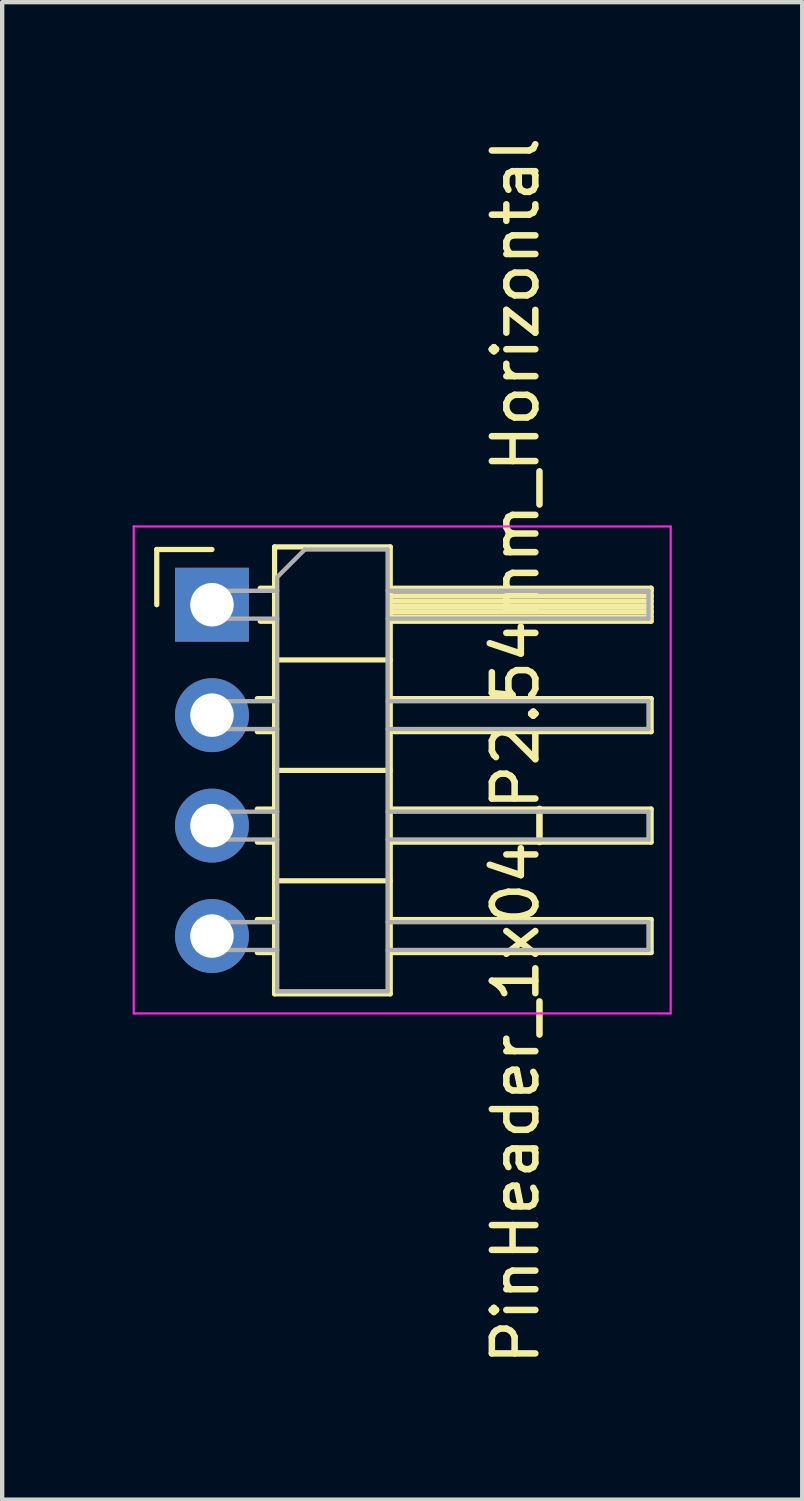
<source format=kicad_pcb>
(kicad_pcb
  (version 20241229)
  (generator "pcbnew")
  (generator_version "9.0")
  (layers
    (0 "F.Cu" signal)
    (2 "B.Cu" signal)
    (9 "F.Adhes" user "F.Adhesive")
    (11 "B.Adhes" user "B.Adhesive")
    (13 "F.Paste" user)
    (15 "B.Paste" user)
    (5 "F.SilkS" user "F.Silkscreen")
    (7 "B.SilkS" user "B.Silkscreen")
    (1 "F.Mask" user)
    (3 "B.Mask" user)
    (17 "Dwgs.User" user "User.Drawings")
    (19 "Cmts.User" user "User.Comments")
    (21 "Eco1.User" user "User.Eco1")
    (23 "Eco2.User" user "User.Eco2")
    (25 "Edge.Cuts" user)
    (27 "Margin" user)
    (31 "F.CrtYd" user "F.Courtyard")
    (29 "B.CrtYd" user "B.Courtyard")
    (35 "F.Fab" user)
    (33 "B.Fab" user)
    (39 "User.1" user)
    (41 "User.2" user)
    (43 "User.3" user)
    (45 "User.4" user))
  (footprint "PinHeader_1x04_P2.54mm_Horizontal"
    (layer "F.Cu")
    (at 1.825 10.858)
    (property "Reference" "PinHeader_1x04_P2.54mm_Horizontal" (at 6.982 3.362 270) (layer "F.SilkS") (effects (font (size 1 1) (thickness 0.15))))
    (attr through_hole)
    (fp_line (start -1.27 -1.27) (end 0 -1.27) (stroke (width 0.12) (type solid)) (layer "F.SilkS"))
    (fp_line (start -1.27 0) (end -1.27 -1.27) (stroke (width 0.12) (type solid)) (layer "F.SilkS"))
    (fp_line (start 1.043 2.16) (end 1.44 2.16) (stroke (width 0.12) (type solid)) (layer "F.SilkS"))
    (fp_line (start 1.043 2.92) (end 1.44 2.92) (stroke (width 0.12) (type solid)) (layer "F.SilkS"))
    (fp_line (start 1.043 4.7) (end 1.44 4.7) (stroke (width 0.12) (type solid)) (layer "F.SilkS"))
    (fp_line (start 1.043 5.46) (end 1.44 5.46) (stroke (width 0.12) (type solid)) (layer "F.SilkS"))
    (fp_line (start 1.043 7.24) (end 1.44 7.24) (stroke (width 0.12) (type solid)) (layer "F.SilkS"))
    (fp_line (start 1.043 8) (end 1.44 8) (stroke (width 0.12) (type solid)) (layer "F.SilkS"))
    (fp_line (start 1.11 -0.38) (end 1.44 -0.38) (stroke (width 0.12) (type solid)) (layer "F.SilkS"))
    (fp_line (start 1.11 0.38) (end 1.44 0.38) (stroke (width 0.12) (type solid)) (layer "F.SilkS"))
    (fp_line (start 1.44 -1.33) (end 1.44 8.95) (stroke (width 0.12) (type solid)) (layer "F.SilkS"))
    (fp_line (start 1.44 1.27) (end 4.1 1.27) (stroke (width 0.12) (type solid)) (layer "F.SilkS"))
    (fp_line (start 1.44 3.81) (end 4.1 3.81) (stroke (width 0.12) (type solid)) (layer "F.SilkS"))
    (fp_line (start 1.44 6.35) (end 4.1 6.35) (stroke (width 0.12) (type solid)) (layer "F.SilkS"))
    (fp_line (start 1.44 8.95) (end 4.1 8.95) (stroke (width 0.12) (type solid)) (layer "F.SilkS"))
    (fp_line (start 4.1 -1.33) (end 1.44 -1.33) (stroke (width 0.12) (type solid)) (layer "F.SilkS"))
    (fp_line (start 4.1 -0.38) (end 10.1 -0.38) (stroke (width 0.12) (type solid)) (layer "F.SilkS"))
    (fp_line (start 4.1 -0.32) (end 10.1 -0.32) (stroke (width 0.12) (type solid)) (layer "F.SilkS"))
    (fp_line (start 4.1 -0.2) (end 10.1 -0.2) (stroke (width 0.12) (type solid)) (layer "F.SilkS"))
    (fp_line (start 4.1 -0.08) (end 10.1 -0.08) (stroke (width 0.12) (type solid)) (layer "F.SilkS"))
    (fp_line (start 4.1 0.04) (end 10.1 0.04) (stroke (width 0.12) (type solid)) (layer "F.SilkS"))
    (fp_line (start 4.1 0.16) (end 10.1 0.16) (stroke (width 0.12) (type solid)) (layer "F.SilkS"))
    (fp_line (start 4.1 0.28) (end 10.1 0.28) (stroke (width 0.12) (type solid)) (layer "F.SilkS"))
    (fp_line (start 4.1 2.16) (end 10.1 2.16) (stroke (width 0.12) (type solid)) (layer "F.SilkS"))
    (fp_line (start 4.1 4.7) (end 10.1 4.7) (stroke (width 0.12) (type solid)) (layer "F.SilkS"))
    (fp_line (start 4.1 7.24) (end 10.1 7.24) (stroke (width 0.12) (type solid)) (layer "F.SilkS"))
    (fp_line (start 4.1 8.95) (end 4.1 -1.33) (stroke (width 0.12) (type solid)) (layer "F.SilkS"))
    (fp_line (start 10.1 -0.38) (end 10.1 0.38) (stroke (width 0.12) (type solid)) (layer "F.SilkS"))
    (fp_line (start 10.1 0.38) (end 4.1 0.38) (stroke (width 0.12) (type solid)) (layer "F.SilkS"))
    (fp_line (start 10.1 2.16) (end 10.1 2.92) (stroke (width 0.12) (type solid)) (layer "F.SilkS"))
    (fp_line (start 10.1 2.92) (end 4.1 2.92) (stroke (width 0.12) (type solid)) (layer "F.SilkS"))
    (fp_line (start 10.1 4.7) (end 10.1 5.46) (stroke (width 0.12) (type solid)) (layer "F.SilkS"))
    (fp_line (start 10.1 5.46) (end 4.1 5.46) (stroke (width 0.12) (type solid)) (layer "F.SilkS"))
    (fp_line (start 10.1 7.24) (end 10.1 8) (stroke (width 0.12) (type solid)) (layer "F.SilkS"))
    (fp_line (start 10.1 8) (end 4.1 8) (stroke (width 0.12) (type solid)) (layer "F.SilkS"))
    (fp_line (start -1.8 -1.8) (end -1.8 9.4) (stroke (width 0.05) (type solid)) (layer "F.CrtYd"))
    (fp_line (start -1.8 9.4) (end 10.55 9.4) (stroke (width 0.05) (type solid)) (layer "F.CrtYd"))
    (fp_line (start 10.55 -1.8) (end -1.8 -1.8) (stroke (width 0.05) (type solid)) (layer "F.CrtYd"))
    (fp_line (start 10.55 9.4) (end 10.55 -1.8) (stroke (width 0.05) (type solid)) (layer "F.CrtYd"))
    (fp_line (start -0.32 -0.32) (end -0.32 0.32) (stroke (width 0.1) (type solid)) (layer "F.Fab"))
    (fp_line (start -0.32 -0.32) (end 1.5 -0.32) (stroke (width 0.1) (type solid)) (layer "F.Fab"))
    (fp_line (start -0.32 0.32) (end 1.5 0.32) (stroke (width 0.1) (type solid)) (layer "F.Fab"))
    (fp_line (start -0.32 2.22) (end -0.32 2.86) (stroke (width 0.1) (type solid)) (layer "F.Fab"))
    (fp_line (start -0.32 2.22) (end 1.5 2.22) (stroke (width 0.1) (type solid)) (layer "F.Fab"))
    (fp_line (start -0.32 2.86) (end 1.5 2.86) (stroke (width 0.1) (type solid)) (layer "F.Fab"))
    (fp_line (start -0.32 4.76) (end -0.32 5.4) (stroke (width 0.1) (type solid)) (layer "F.Fab"))
    (fp_line (start -0.32 4.76) (end 1.5 4.76) (stroke (width 0.1) (type solid)) (layer "F.Fab"))
    (fp_line (start -0.32 5.4) (end 1.5 5.4) (stroke (width 0.1) (type solid)) (layer "F.Fab"))
    (fp_line (start -0.32 7.3) (end -0.32 7.94) (stroke (width 0.1) (type solid)) (layer "F.Fab"))
    (fp_line (start -0.32 7.3) (end 1.5 7.3) (stroke (width 0.1) (type solid)) (layer "F.Fab"))
    (fp_line (start -0.32 7.94) (end 1.5 7.94) (stroke (width 0.1) (type solid)) (layer "F.Fab"))
    (fp_line (start 1.5 -0.635) (end 2.135 -1.27) (stroke (width 0.1) (type solid)) (layer "F.Fab"))
    (fp_line (start 1.5 8.89) (end 1.5 -0.635) (stroke (width 0.1) (type solid)) (layer "F.Fab"))
    (fp_line (start 2.135 -1.27) (end 4.04 -1.27) (stroke (width 0.1) (type solid)) (layer "F.Fab"))
    (fp_line (start 4.04 -1.27) (end 4.04 8.89) (stroke (width 0.1) (type solid)) (layer "F.Fab"))
    (fp_line (start 4.04 -0.32) (end 10.04 -0.32) (stroke (width 0.1) (type solid)) (layer "F.Fab"))
    (fp_line (start 4.04 0.32) (end 10.04 0.32) (stroke (width 0.1) (type solid)) (layer "F.Fab"))
    (fp_line (start 4.04 2.22) (end 10.04 2.22) (stroke (width 0.1) (type solid)) (layer "F.Fab"))
    (fp_line (start 4.04 2.86) (end 10.04 2.86) (stroke (width 0.1) (type solid)) (layer "F.Fab"))
    (fp_line (start 4.04 4.76) (end 10.04 4.76) (stroke (width 0.1) (type solid)) (layer "F.Fab"))
    (fp_line (start 4.04 5.4) (end 10.04 5.4) (stroke (width 0.1) (type solid)) (layer "F.Fab"))
    (fp_line (start 4.04 7.3) (end 10.04 7.3) (stroke (width 0.1) (type solid)) (layer "F.Fab"))
    (fp_line (start 4.04 7.94) (end 10.04 7.94) (stroke (width 0.1) (type solid)) (layer "F.Fab"))
    (fp_line (start 4.04 8.89) (end 1.5 8.89) (stroke (width 0.1) (type solid)) (layer "F.Fab"))
    (fp_line (start 10.04 -0.32) (end 10.04 0.32) (stroke (width 0.1) (type solid)) (layer "F.Fab"))
    (fp_line (start 10.04 2.22) (end 10.04 2.86) (stroke (width 0.1) (type solid)) (layer "F.Fab"))
    (fp_line (start 10.04 4.76) (end 10.04 5.4) (stroke (width 0.1) (type solid)) (layer "F.Fab"))
    (fp_line (start 10.04 7.3) (end 10.04 7.94) (stroke (width 0.1) (type solid)) (layer "F.Fab"))
    (pad "1" thru_hole rect (at 0 0) (size 1.7 1.7) (drill 1) (layers "*.Cu" "*.Mask"))
    (pad "2" thru_hole oval (at 0 2.54) (size 1.7 1.7) (drill 1) (layers "*.Cu" "*.Mask"))
    (pad "3" thru_hole oval (at 0 5.08) (size 1.7 1.7) (drill 1) (layers "*.Cu" "*.Mask"))
    (pad "4" thru_hole oval (at 0 7.62) (size 1.7 1.7) (drill 1) (layers "*.Cu" "*.Mask")))
  (gr_rect
    (start -3 -3)
    (end 15.4 31.44)
    (stroke (width 0.1) (type default))
    (fill no)
    (layer "Edge.Cuts")))
</source>
